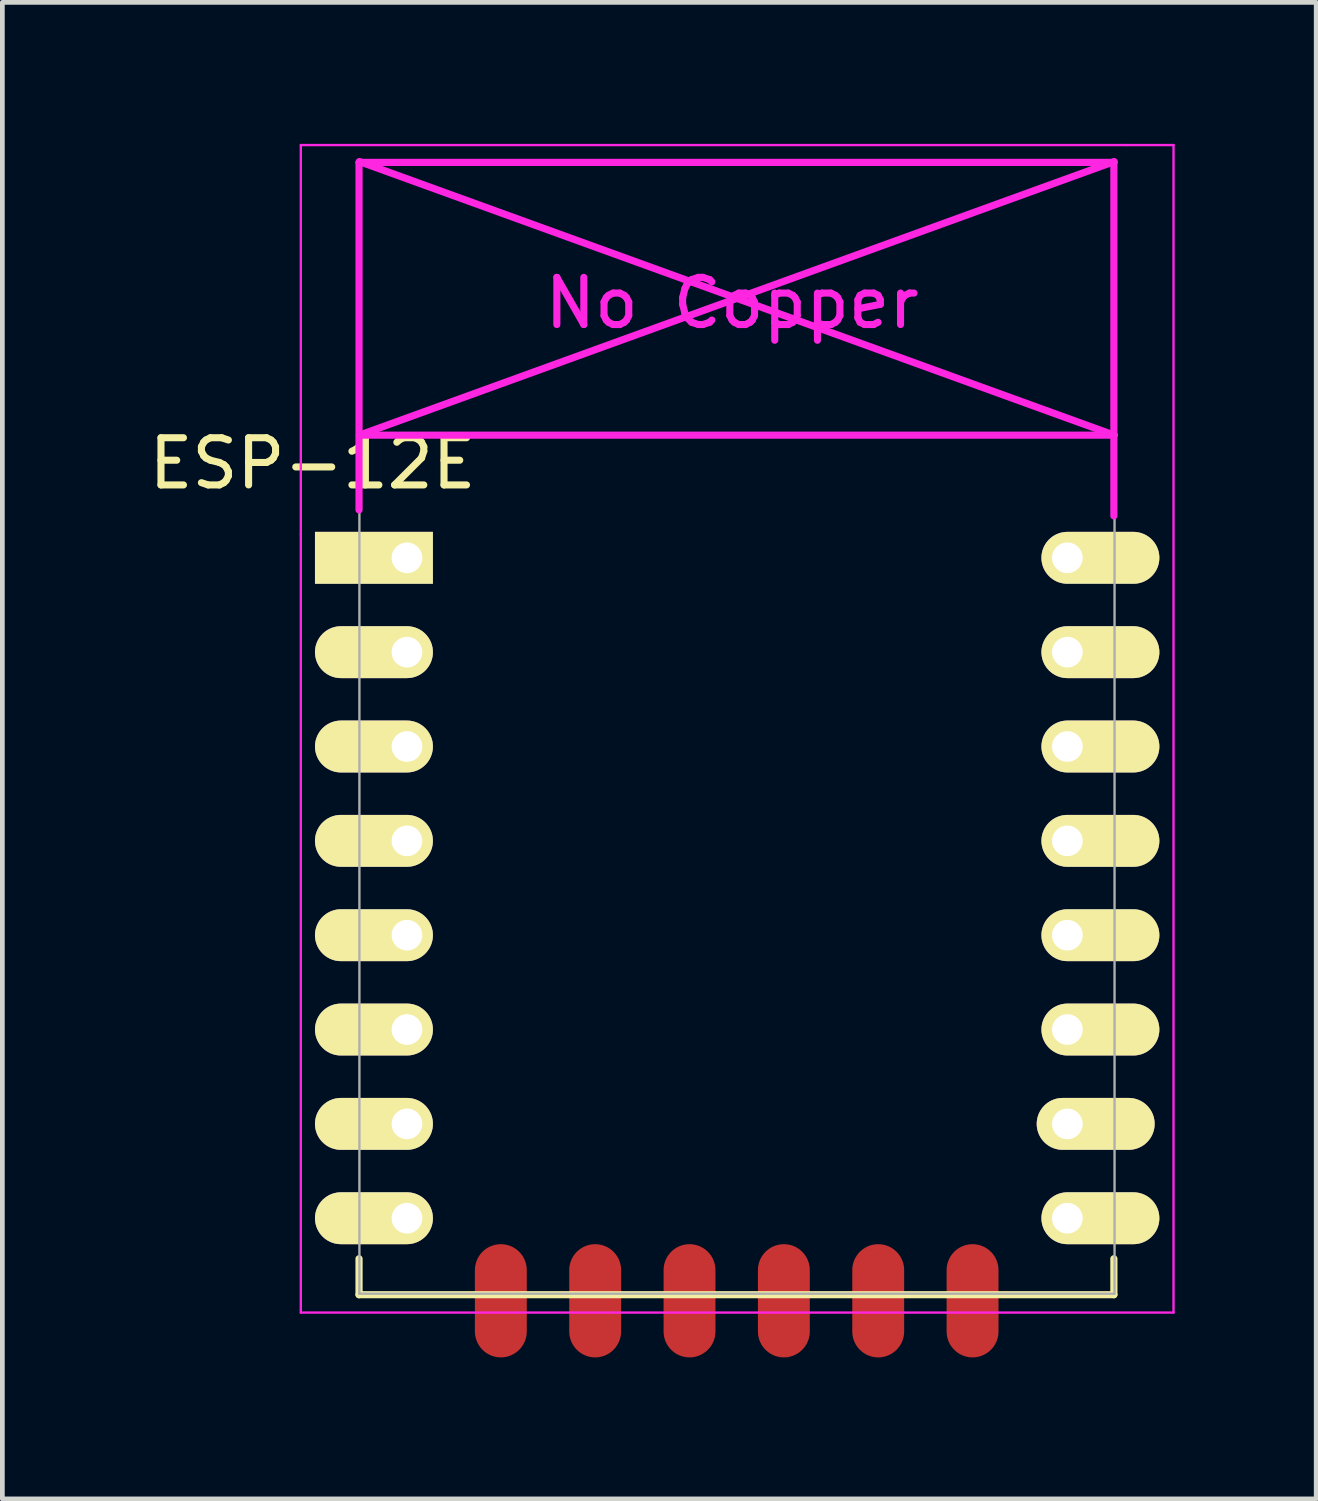
<source format=kicad_pcb>
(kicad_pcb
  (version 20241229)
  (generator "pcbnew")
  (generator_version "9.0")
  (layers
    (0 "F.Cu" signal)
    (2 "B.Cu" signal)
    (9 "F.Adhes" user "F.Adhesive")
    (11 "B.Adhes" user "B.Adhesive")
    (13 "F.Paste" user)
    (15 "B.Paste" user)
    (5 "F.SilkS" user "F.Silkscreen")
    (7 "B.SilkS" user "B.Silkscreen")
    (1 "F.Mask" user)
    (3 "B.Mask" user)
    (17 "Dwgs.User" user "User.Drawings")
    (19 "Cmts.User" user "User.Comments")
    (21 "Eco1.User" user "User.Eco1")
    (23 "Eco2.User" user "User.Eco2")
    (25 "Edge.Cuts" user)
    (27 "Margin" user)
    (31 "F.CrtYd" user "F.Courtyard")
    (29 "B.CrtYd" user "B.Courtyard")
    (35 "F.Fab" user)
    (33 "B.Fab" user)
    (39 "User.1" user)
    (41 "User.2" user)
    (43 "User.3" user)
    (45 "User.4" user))
  (footprint "ESP-12E"
    (layer "F.Cu")
    (at 5.577 8.775)
    (property "Reference" "ESP-12E" (at -2 -2 0) (layer "F.SilkS") (effects (font (size 1 1) (thickness 0.15))))
    (attr through_hole)
    (fp_line (start -1.016 14.859) (end -1.016 15.621) (stroke (width 0.152) (type solid)) (layer "F.SilkS"))
    (fp_line (start -1.016 15.621) (end 14.986 15.621) (stroke (width 0.152) (type solid)) (layer "F.SilkS"))
    (fp_line (start 14.986 15.621) (end 14.986 14.859) (stroke (width 0.152) (type solid)) (layer "F.SilkS"))
    (fp_line (start -2.25 -8.75) (end 15.25 -8.75) (stroke (width 0.05) (type solid)) (layer "F.CrtYd"))
    (fp_line (start -2.25 -0.5) (end -2.25 -8.75) (stroke (width 0.05) (type solid)) (layer "F.CrtYd"))
    (fp_line (start -2.25 16) (end -2.25 -0.5) (stroke (width 0.05) (type solid)) (layer "F.CrtYd"))
    (fp_line (start -1.016 -8.382) (end -1.016 -1.016) (stroke (width 0.152) (type solid)) (layer "F.CrtYd"))
    (fp_line (start -1.016 -8.382) (end 14.986 -8.382) (stroke (width 0.152) (type solid)) (layer "F.CrtYd"))
    (fp_line (start -1.008 -8.4) (end 14.992 -2.6) (stroke (width 0.152) (type solid)) (layer "F.CrtYd"))
    (fp_line (start -1.008 -2.6) (end 14.992 -2.6) (stroke (width 0.152) (type solid)) (layer "F.CrtYd"))
    (fp_line (start 14.986 -8.382) (end 14.986 -0.889) (stroke (width 0.152) (type solid)) (layer "F.CrtYd"))
    (fp_line (start 14.992 -8.4) (end -1.008 -2.6) (stroke (width 0.152) (type solid)) (layer "F.CrtYd"))
    (fp_line (start 15.25 -8.75) (end 16.25 -8.75) (stroke (width 0.05) (type solid)) (layer "F.CrtYd"))
    (fp_line (start 16.25 -8.75) (end 16.25 16) (stroke (width 0.05) (type solid)) (layer "F.CrtYd"))
    (fp_line (start 16.25 16) (end -2.25 16) (stroke (width 0.05) (type solid)) (layer "F.CrtYd"))
    (fp_line (start -1.008 -8.4) (end 14.992 -8.4) (stroke (width 0.05) (type solid)) (layer "F.Fab"))
    (fp_line (start -1.008 15.6) (end -1.008 -8.4) (stroke (width 0.05) (type solid)) (layer "F.Fab"))
    (fp_line (start 14.992 15.6) (end -1.008 15.6) (stroke (width 0.05) (type solid)) (layer "F.Fab"))
    (fp_line (start 15 -8.4) (end 15 15.6) (stroke (width 0.05) (type solid)) (layer "F.Fab"))
    (fp_text user "No Copper" (at 6.892 -5.4 0) (layer "F.CrtYd") (effects (font (size 1 1) (thickness 0.15))))
    (pad "1" thru_hole rect (at 0 0) (size 2.5 1.1) (drill 0.65 (offset -0.7 0)) (layers "*.Cu" "*.Mask" "F.SilkS"))
    (pad "2" thru_hole oval (at 0 2) (size 2.5 1.1) (drill 0.65 (offset -0.7 0)) (layers "*.Cu" "*.Mask" "F.SilkS"))
    (pad "3" thru_hole oval (at 0 4) (size 2.5 1.1) (drill 0.65 (offset -0.7 0)) (layers "*.Cu" "*.Mask" "F.SilkS"))
    (pad "4" thru_hole oval (at 0 6) (size 2.5 1.1) (drill 0.65 (offset -0.7 0)) (layers "*.Cu" "*.Mask" "F.SilkS"))
    (pad "5" thru_hole oval (at 0 8) (size 2.5 1.1) (drill 0.65 (offset -0.7 0)) (layers "*.Cu" "*.Mask" "F.SilkS"))
    (pad "6" thru_hole oval (at 0 10) (size 2.5 1.1) (drill 0.65 (offset -0.7 0)) (layers "*.Cu" "*.Mask" "F.SilkS"))
    (pad "7" thru_hole oval (at 0 12) (size 2.5 1.1) (drill 0.65 (offset -0.7 0)) (layers "*.Cu" "*.Mask" "F.SilkS"))
    (pad "8" thru_hole oval (at 0 14) (size 2.5 1.1) (drill 0.65 (offset -0.7 0)) (layers "*.Cu" "*.Mask" "F.SilkS"))
    (pad "9" smd oval (at 1.99 15.75 90) (size 2.4 1.1) (layers "F.Cu" "F.Mask" "F.Paste"))
    (pad "10" smd oval (at 3.99 15.75 90) (size 2.4 1.1) (layers "F.Cu" "F.Mask" "F.Paste"))
    (pad "11" smd oval (at 5.99 15.75 90) (size 2.4 1.1) (layers "F.Cu" "F.Mask" "F.Paste"))
    (pad "12" smd oval (at 7.99 15.75 90) (size 2.4 1.1) (layers "F.Cu" "F.Mask" "F.Paste"))
    (pad "13" smd oval (at 9.99 15.75 90) (size 2.4 1.1) (layers "F.Cu" "F.Mask" "F.Paste"))
    (pad "14" smd oval (at 11.99 15.75 90) (size 2.4 1.1) (layers "F.Cu" "F.Mask" "F.Paste"))
    (pad "15" thru_hole oval (at 14 14) (size 2.5 1.1) (drill 0.65 (offset 0.7 0)) (layers "*.Cu" "*.Mask" "F.SilkS"))
    (pad "16" thru_hole oval (at 14 12) (size 2.5 1.1) (drill 0.65 (offset 0.6 0)) (layers "*.Cu" "*.Mask" "F.SilkS"))
    (pad "17" thru_hole oval (at 14 10) (size 2.5 1.1) (drill 0.65 (offset 0.7 0)) (layers "*.Cu" "*.Mask" "F.SilkS"))
    (pad "18" thru_hole oval (at 14 8) (size 2.5 1.1) (drill 0.65 (offset 0.7 0)) (layers "*.Cu" "*.Mask" "F.SilkS"))
    (pad "19" thru_hole oval (at 14 6) (size 2.5 1.1) (drill 0.65 (offset 0.7 0)) (layers "*.Cu" "*.Mask" "F.SilkS"))
    (pad "20" thru_hole oval (at 14 4) (size 2.5 1.1) (drill 0.65 (offset 0.7 0)) (layers "*.Cu" "*.Mask" "F.SilkS"))
    (pad "21" thru_hole oval (at 14 2) (size 2.5 1.1) (drill 0.65 (offset 0.7 0)) (layers "*.Cu" "*.Mask" "F.SilkS"))
    (pad "22" thru_hole oval (at 14 0) (size 2.5 1.1) (drill 0.65 (offset 0.7 0)) (layers "*.Cu" "*.Mask" "F.SilkS")))
  (gr_rect
    (start -3 -3)
    (end 24.852 28.725)
    (stroke (width 0.1) (type default))
    (fill no)
    (layer "Edge.Cuts")))
</source>
